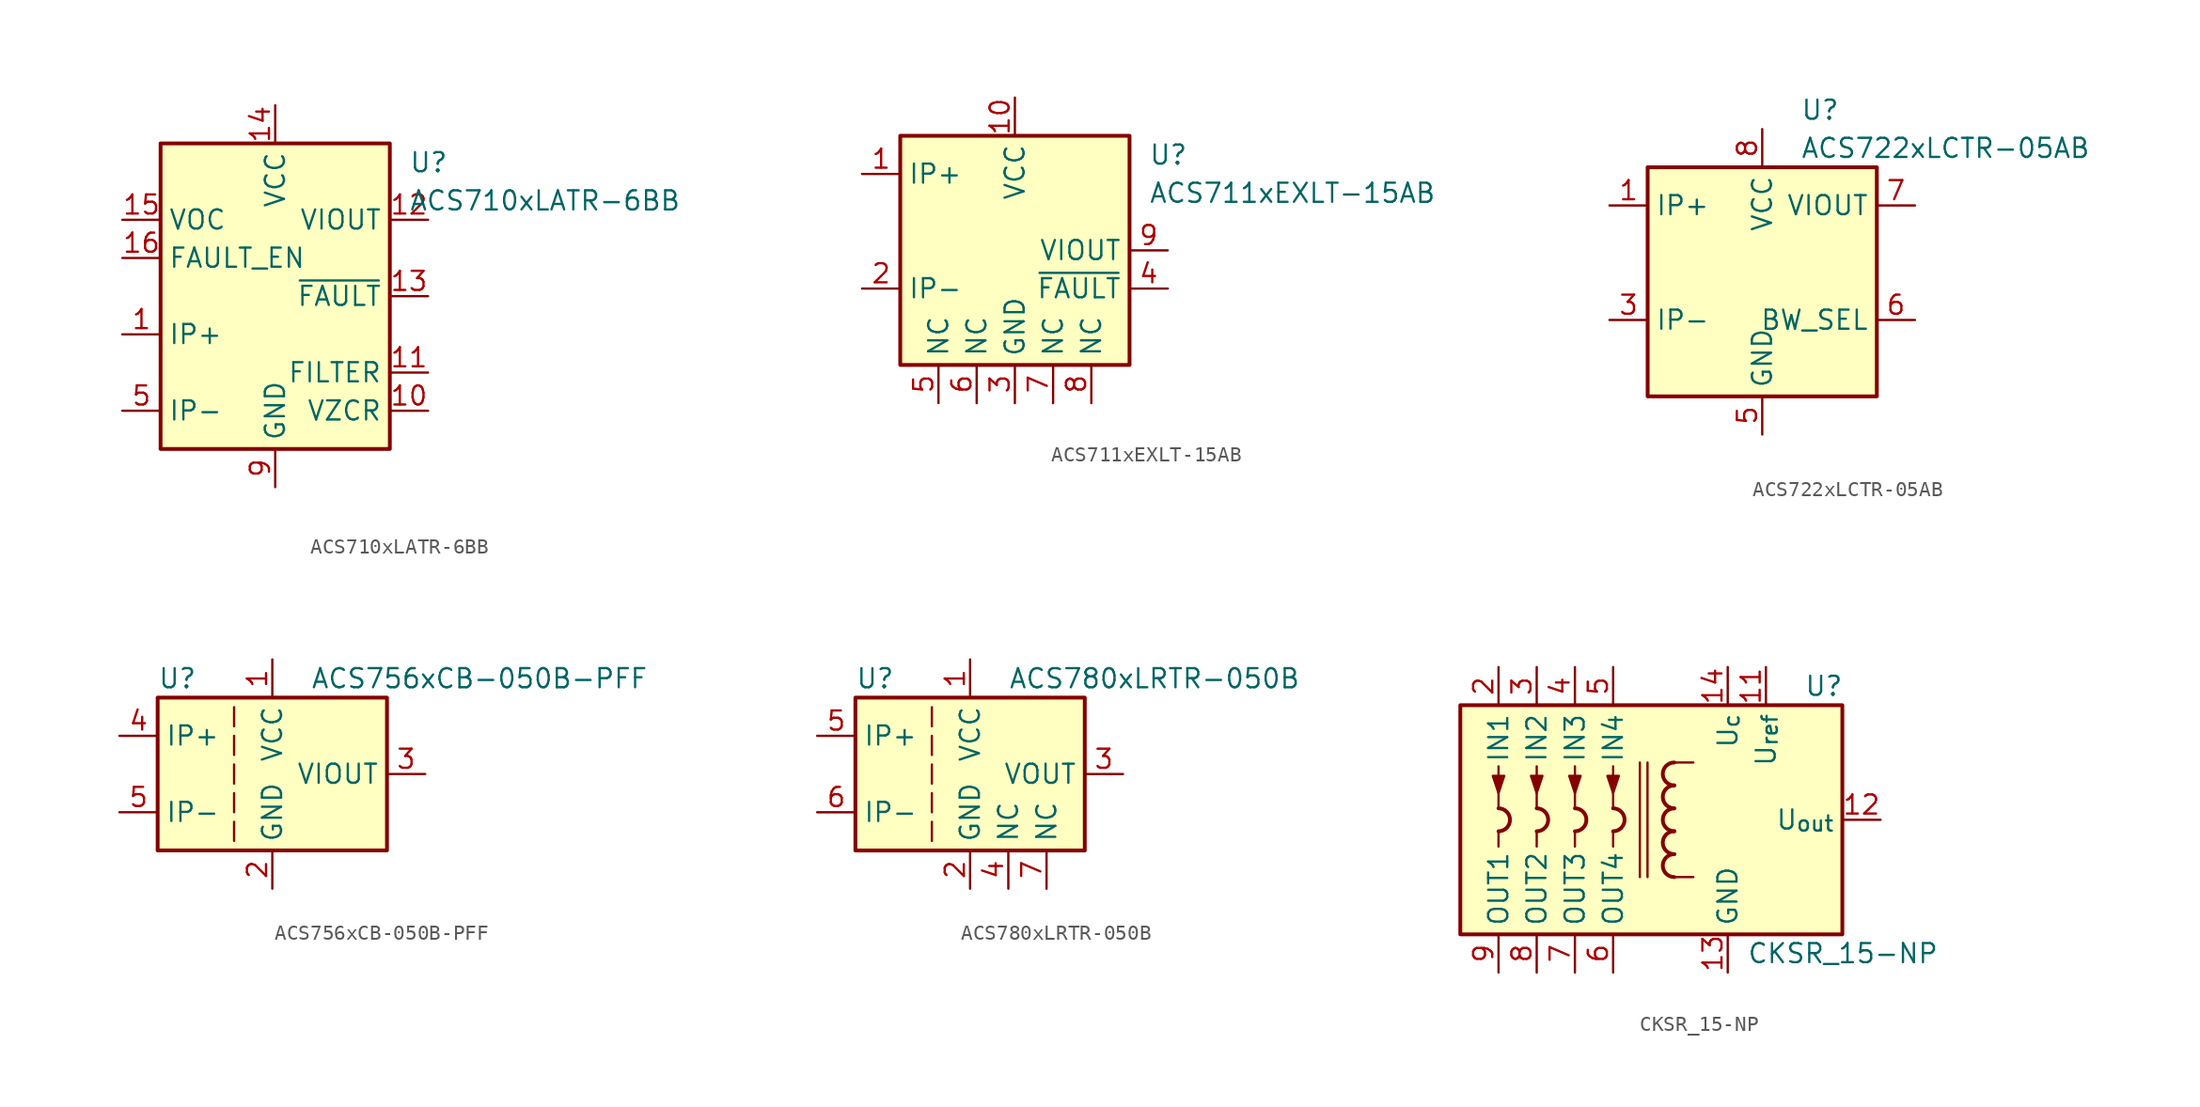
<source format=kicad_sym>
(kicad_symbol_lib
  (version 20241209)
  (generator "kicad_symbol_editor")
  (generator_version "9.0")
  (symbol "ACS710xLATR-6BB"
    (property "Reference" "U"
      (at 8.89 8.89 0)
      (effects (font (size 1.27 1.27)) (justify left)))
    (property "Value" "ACS710xLATR-6BB"
      (at 8.89 6.35 0)
      (effects (font (size 1.27 1.27)) (justify left)))
    (symbol "ACS710xLATR-6BB_0_1"
      (rectangle (start -7.62 10.16) (end 7.62 -10.16) (stroke (width 0.254) (type default)) (fill (type background))))
    (symbol "ACS710xLATR-6BB_1_1"
      (pin input line (at -10.16 5.08 0) (length 2.54) (name "VOC" (effects (font (size 1.27 1.27)))) (number "15" (effects (font (size 1.27 1.27)))))
      (pin input line (at -10.16 2.54 0) (length 2.54) (name "FAULT_EN" (effects (font (size 1.27 1.27)))) (number "16" (effects (font (size 1.27 1.27)))))
      (pin passive line (at -10.16 -2.54 0) (length 2.54) (name "IP+" (effects (font (size 1.27 1.27)))) (number "1" (effects (font (size 1.27 1.27)))))
      (pin passive line (at -10.16 -2.54 0) (length 2.54) (hide yes) (name "IP+" (effects (font (size 1.27 1.27)))) (number "2" (effects (font (size 1.27 1.27)))))
      (pin passive line (at -10.16 -2.54 0) (length 2.54) (hide yes) (name "IP+" (effects (font (size 1.27 1.27)))) (number "3" (effects (font (size 1.27 1.27)))))
      (pin passive line (at -10.16 -2.54 0) (length 2.54) (hide yes) (name "IP+" (effects (font (size 1.27 1.27)))) (number "4" (effects (font (size 1.27 1.27)))))
      (pin passive line (at -10.16 -7.62 0) (length 2.54) (name "IP-" (effects (font (size 1.27 1.27)))) (number "5" (effects (font (size 1.27 1.27)))))
      (pin passive line (at -10.16 -7.62 0) (length 2.54) (hide yes) (name "IP-" (effects (font (size 1.27 1.27)))) (number "6" (effects (font (size 1.27 1.27)))))
      (pin passive line (at -10.16 -7.62 0) (length 2.54) (hide yes) (name "IP-" (effects (font (size 1.27 1.27)))) (number "7" (effects (font (size 1.27 1.27)))))
      (pin passive line (at -10.16 -7.62 0) (length 2.54) (hide yes) (name "IP-" (effects (font (size 1.27 1.27)))) (number "8" (effects (font (size 1.27 1.27)))))
      (pin power_in line (at 0 12.7 270) (length 2.54) (name "VCC" (effects (font (size 1.27 1.27)))) (number "14" (effects (font (size 1.27 1.27)))))
      (pin power_in line (at 0 -12.7 90) (length 2.54) (name "GND" (effects (font (size 1.27 1.27)))) (number "9" (effects (font (size 1.27 1.27)))))
      (pin output line (at 10.16 5.08 180) (length 2.54) (name "VIOUT" (effects (font (size 1.27 1.27)))) (number "12" (effects (font (size 1.27 1.27)))))
      (pin output line (at 10.16 0 180) (length 2.54) (name "~{FAULT}" (effects (font (size 1.27 1.27)))) (number "13" (effects (font (size 1.27 1.27)))))
      (pin passive line (at 10.16 -5.08 180) (length 2.54) (name "FILTER" (effects (font (size 1.27 1.27)))) (number "11" (effects (font (size 1.27 1.27)))))
      (pin passive line (at 10.16 -7.62 180) (length 2.54) (name "VZCR" (effects (font (size 1.27 1.27)))) (number "10" (effects (font (size 1.27 1.27)))))))
  (symbol "ACS711xEXLT-15AB"
    (property "Reference" "U"
      (at 8.89 6.35 0)
      (effects (font (size 1.27 1.27)) (justify left)))
    (property "Value" "ACS711xEXLT-15AB"
      (at 8.89 3.81 0)
      (effects (font (size 1.27 1.27)) (justify left)))
    (symbol "ACS711xEXLT-15AB_0_1"
      (rectangle (start -7.62 7.62) (end 7.62 -7.62) (stroke (width 0.254) (type default)) (fill (type background))))
    (symbol "ACS711xEXLT-15AB_1_1"
      (pin passive line (at -10.16 5.08 0) (length 2.54) (name "IP+" (effects (font (size 1.27 1.27)))) (number "1" (effects (font (size 1.27 1.27)))))
      (pin passive line (at -10.16 -2.54 0) (length 2.54) (name "IP-" (effects (font (size 1.27 1.27)))) (number "2" (effects (font (size 1.27 1.27)))))
      (pin passive line (at -5.08 -10.16 90) (length 2.54) (name "NC" (effects (font (size 1.27 1.27)))) (number "5" (effects (font (size 1.27 1.27)))))
      (pin passive line (at -2.54 -10.16 90) (length 2.54) (name "NC" (effects (font (size 1.27 1.27)))) (number "6" (effects (font (size 1.27 1.27)))))
      (pin power_in line (at 0 10.16 270) (length 2.54) (name "VCC" (effects (font (size 1.27 1.27)))) (number "10" (effects (font (size 1.27 1.27)))))
      (pin power_in line (at 0 -10.16 90) (length 2.54) (name "GND" (effects (font (size 1.27 1.27)))) (number "3" (effects (font (size 1.27 1.27)))))
      (pin passive line (at 2.54 -10.16 90) (length 2.54) (name "NC" (effects (font (size 1.27 1.27)))) (number "7" (effects (font (size 1.27 1.27)))))
      (pin passive line (at 5.08 -10.16 90) (length 2.54) (name "NC" (effects (font (size 1.27 1.27)))) (number "8" (effects (font (size 1.27 1.27)))))
      (pin output line (at 10.16 0 180) (length 2.54) (name "VIOUT" (effects (font (size 1.27 1.27)))) (number "9" (effects (font (size 1.27 1.27)))))
      (pin output line (at 10.16 -2.54 180) (length 2.54) (name "~{FAULT}" (effects (font (size 1.27 1.27)))) (number "4" (effects (font (size 1.27 1.27)))))))
  (symbol "ACS722xLCTR-05AB"
    (property "Reference" "U"
      (at 2.54 11.43 0)
      (effects (font (size 1.27 1.27)) (justify left)))
    (property "Value" "ACS722xLCTR-05AB"
      (at 2.54 8.89 0)
      (effects (font (size 1.27 1.27)) (justify left)))
    (symbol "ACS722xLCTR-05AB_0_1"
      (rectangle (start -7.62 7.62) (end 7.62 -7.62) (stroke (width 0.254) (type default)) (fill (type background))))
    (symbol "ACS722xLCTR-05AB_1_1"
      (pin passive line (at -10.16 5.08 0) (length 2.54) (name "IP+" (effects (font (size 1.27 1.27)))) (number "1" (effects (font (size 1.27 1.27)))))
      (pin passive line (at -10.16 5.08 0) (length 2.54) (hide yes) (name "IP+" (effects (font (size 1.27 1.27)))) (number "2" (effects (font (size 1.27 1.27)))))
      (pin passive line (at -10.16 -2.54 0) (length 2.54) (name "IP-" (effects (font (size 1.27 1.27)))) (number "3" (effects (font (size 1.27 1.27)))))
      (pin passive line (at -10.16 -2.54 0) (length 2.54) (hide yes) (name "IP-" (effects (font (size 1.27 1.27)))) (number "4" (effects (font (size 1.27 1.27)))))
      (pin power_in line (at 0 10.16 270) (length 2.54) (name "VCC" (effects (font (size 1.27 1.27)))) (number "8" (effects (font (size 1.27 1.27)))))
      (pin power_in line (at 0 -10.16 90) (length 2.54) (name "GND" (effects (font (size 1.27 1.27)))) (number "5" (effects (font (size 1.27 1.27)))))
      (pin output line (at 10.16 5.08 180) (length 2.54) (name "VIOUT" (effects (font (size 1.27 1.27)))) (number "7" (effects (font (size 1.27 1.27)))))
      (pin input line (at 10.16 -2.54 180) (length 2.54) (name "BW_SEL" (effects (font (size 1.27 1.27)))) (number "6" (effects (font (size 1.27 1.27)))))))
  (symbol "ACS756xCB-050B-PFF"
    (property "Reference" "U"
      (at -7.62 6.35 0)
      (effects (font (size 1.27 1.27)) (justify left)))
    (property "Value" "ACS756xCB-050B-PFF"
      (at 2.54 6.35 0)
      (effects (font (size 1.27 1.27)) (justify left)))
    (symbol "ACS756xCB-050B-PFF_0_1"
      (rectangle (start -7.62 5.08) (end 7.62 -5.08) (stroke (width 0.254) (type default)) (fill (type background)))
      (polyline (pts (xy -2.54 3.175) (xy -2.54 4.445)) (stroke (width 0) (type default)) (fill (type none)))
      (polyline (pts (xy -2.54 1.27) (xy -2.54 2.54)) (stroke (width 0) (type default)) (fill (type none)))
      (polyline (pts (xy -2.54 0.635) (xy -2.54 -0.635)) (stroke (width 0) (type default)) (fill (type none)))
      (polyline (pts (xy -2.54 -1.27) (xy -2.54 -2.54)) (stroke (width 0) (type default)) (fill (type none)))
      (polyline (pts (xy -2.54 -3.175) (xy -2.54 -4.445)) (stroke (width 0) (type default)) (fill (type none))))
    (symbol "ACS756xCB-050B-PFF_1_1"
      (pin passive line (at -10.16 2.54 0) (length 2.54) (name "IP+" (effects (font (size 1.27 1.27)))) (number "4" (effects (font (size 1.27 1.27)))))
      (pin passive line (at -10.16 -2.54 0) (length 2.54) (name "IP-" (effects (font (size 1.27 1.27)))) (number "5" (effects (font (size 1.27 1.27)))))
      (pin power_in line (at 0 7.62 270) (length 2.54) (name "VCC" (effects (font (size 1.27 1.27)))) (number "1" (effects (font (size 1.27 1.27)))))
      (pin power_in line (at 0 -7.62 90) (length 2.54) (name "GND" (effects (font (size 1.27 1.27)))) (number "2" (effects (font (size 1.27 1.27)))))
      (pin output line (at 10.16 0 180) (length 2.54) (name "VIOUT" (effects (font (size 1.27 1.27)))) (number "3" (effects (font (size 1.27 1.27)))))))
  (symbol "ACS780xLRTR-050B"
    (property "Reference" "U"
      (at -7.62 6.35 0)
      (effects (font (size 1.27 1.27)) (justify left)))
    (property "Value" "ACS780xLRTR-050B"
      (at 2.54 6.35 0)
      (effects (font (size 1.27 1.27)) (justify left)))
    (symbol "ACS780xLRTR-050B_0_1"
      (rectangle (start -7.62 5.08) (end 7.62 -5.08) (stroke (width 0.254) (type default)) (fill (type background)))
      (polyline (pts (xy -2.54 3.175) (xy -2.54 4.445)) (stroke (width 0) (type default)) (fill (type none)))
      (polyline (pts (xy -2.54 1.27) (xy -2.54 2.54)) (stroke (width 0) (type default)) (fill (type none)))
      (polyline (pts (xy -2.54 0.635) (xy -2.54 -0.635)) (stroke (width 0) (type default)) (fill (type none)))
      (polyline (pts (xy -2.54 -1.27) (xy -2.54 -2.54)) (stroke (width 0) (type default)) (fill (type none)))
      (polyline (pts (xy -2.54 -3.175) (xy -2.54 -4.445)) (stroke (width 0) (type default)) (fill (type none))))
    (symbol "ACS780xLRTR-050B_1_1"
      (pin passive line (at -10.16 2.54 0) (length 2.54) (name "IP+" (effects (font (size 1.27 1.27)))) (number "5" (effects (font (size 1.27 1.27)))))
      (pin passive line (at -10.16 -2.54 0) (length 2.54) (name "IP-" (effects (font (size 1.27 1.27)))) (number "6" (effects (font (size 1.27 1.27)))))
      (pin power_in line (at 0 7.62 270) (length 2.54) (name "VCC" (effects (font (size 1.27 1.27)))) (number "1" (effects (font (size 1.27 1.27)))))
      (pin power_in line (at 0 -7.62 90) (length 2.54) (name "GND" (effects (font (size 1.27 1.27)))) (number "2" (effects (font (size 1.27 1.27)))))
      (pin passive line (at 2.54 -7.62 90) (length 2.54) (name "NC" (effects (font (size 1.27 1.27)))) (number "4" (effects (font (size 1.27 1.27)))))
      (pin passive line (at 5.08 -7.62 90) (length 2.54) (name "NC" (effects (font (size 1.27 1.27)))) (number "7" (effects (font (size 1.27 1.27)))))
      (pin output line (at 10.16 0 180) (length 2.54) (name "VOUT" (effects (font (size 1.27 1.27)))) (number "3" (effects (font (size 1.27 1.27)))))))
  (symbol "CKSR_15-NP"
    (property "Reference" "U"
      (at 10.16 8.89 0)
      (effects (font (size 1.27 1.27)) (justify left)))
    (property "Value" "CKSR_15-NP"
      (at 6.35 -8.89 0)
      (effects (font (size 1.27 1.27)) (justify left)))
    (symbol "CKSR_15-NP_0_1"
      (rectangle (start -12.7 7.62) (end 12.7 -7.62) (stroke (width 0.254) (type default)) (fill (type background)))
      (polyline (pts (xy -10.16 1.778) (xy -9.779 2.921) (xy -10.541 2.921) (xy -10.16 1.778)) (stroke (width 0) (type default)) (fill (type outline)))
      (polyline (pts (xy -10.16 0.762) (xy -10.16 3.556)) (stroke (width 0) (type default)) (fill (type none)))
      (arc (start -10.16 0.762) (mid -9.398 0) (end -10.16 -0.762) (stroke (width 0.254) (type default)) (fill (type none)))
      (polyline (pts (xy -10.16 -0.762) (xy -10.16 -1.778)) (stroke (width 0) (type default)) (fill (type none)))
      (polyline (pts (xy -7.62 1.778) (xy -7.239 2.921) (xy -8.001 2.921) (xy -7.62 1.778)) (stroke (width 0) (type default)) (fill (type outline)))
      (polyline (pts (xy -7.62 0.762) (xy -7.62 3.556)) (stroke (width 0) (type default)) (fill (type none)))
      (arc (start -7.62 0.762) (mid -6.858 0) (end -7.62 -0.762) (stroke (width 0.254) (type default)) (fill (type none)))
      (polyline (pts (xy -7.62 -0.762) (xy -7.62 -1.778)) (stroke (width 0) (type default)) (fill (type none)))
      (polyline (pts (xy -5.08 1.778) (xy -4.699 2.921) (xy -5.461 2.921) (xy -5.08 1.778)) (stroke (width 0) (type default)) (fill (type outline)))
      (polyline (pts (xy -5.08 0.762) (xy -5.08 3.556)) (stroke (width 0) (type default)) (fill (type none)))
      (arc (start -5.08 0.762) (mid -4.318 0) (end -5.08 -0.762) (stroke (width 0.254) (type default)) (fill (type none)))
      (polyline (pts (xy -5.08 -0.762) (xy -5.08 -1.778)) (stroke (width 0) (type default)) (fill (type none)))
      (polyline (pts (xy -2.54 1.778) (xy -2.159 2.921) (xy -2.921 2.921) (xy -2.54 1.778)) (stroke (width 0) (type default)) (fill (type outline)))
      (polyline (pts (xy -2.54 0.762) (xy -2.54 3.556)) (stroke (width 0) (type default)) (fill (type none)))
      (arc (start -2.54 0.762) (mid -1.778 0) (end -2.54 -0.762) (stroke (width 0.254) (type default)) (fill (type none)))
      (polyline (pts (xy -2.54 -0.762) (xy -2.54 -1.778)) (stroke (width 0) (type default)) (fill (type none)))
      (polyline (pts (xy 1.524 3.81) (xy 2.794 3.81)) (stroke (width 0) (type default)) (fill (type none)))
      (arc (start 1.524 2.286) (mid 0.762 3.048) (end 1.524 3.81) (stroke (width 0.254) (type default)) (fill (type none)))
      (arc (start 1.524 0.762) (mid 0.762 1.524) (end 1.524 2.286) (stroke (width 0.254) (type default)) (fill (type none)))
      (arc (start 1.524 -0.762) (mid 0.762 0) (end 1.524 0.762) (stroke (width 0.254) (type default)) (fill (type none)))
      (arc (start 1.524 -2.286) (mid 0.762 -1.524) (end 1.524 -0.762) (stroke (width 0.254) (type default)) (fill (type none)))
      (arc (start 1.524 -3.81) (mid 0.762 -3.048) (end 1.524 -2.286) (stroke (width 0.254) (type default)) (fill (type none)))
      (polyline (pts (xy 1.524 -3.81) (xy 2.794 -3.81)) (stroke (width 0) (type default)) (fill (type none))))
    (symbol "CKSR_15-NP_1_1"
      (polyline (pts (xy -0.762 3.81) (xy -0.762 -3.81)) (stroke (width 0) (type default)) (fill (type none)))
      (polyline (pts (xy -0.254 -3.81) (xy -0.254 3.81)) (stroke (width 0) (type default)) (fill (type none)))
      (pin passive line (at -10.16 10.16 270) (length 2.54) (name "IN1" (effects (font (size 1.27 1.27)))) (number "2" (effects (font (size 1.27 1.27)))))
      (pin passive line (at -10.16 -10.16 90) (length 2.54) (name "OUT1" (effects (font (size 1.27 1.27)))) (number "9" (effects (font (size 1.27 1.27)))))
      (pin passive line (at -7.62 10.16 270) (length 2.54) (name "IN2" (effects (font (size 1.27 1.27)))) (number "3" (effects (font (size 1.27 1.27)))))
      (pin passive line (at -7.62 -10.16 90) (length 2.54) (name "OUT2" (effects (font (size 1.27 1.27)))) (number "8" (effects (font (size 1.27 1.27)))))
      (pin passive line (at -5.08 10.16 270) (length 2.54) (name "IN3" (effects (font (size 1.27 1.27)))) (number "4" (effects (font (size 1.27 1.27)))))
      (pin passive line (at -5.08 -10.16 90) (length 2.54) (name "OUT3" (effects (font (size 1.27 1.27)))) (number "7" (effects (font (size 1.27 1.27)))))
      (pin passive line (at -2.54 10.16 270) (length 2.54) (name "IN4" (effects (font (size 1.27 1.27)))) (number "5" (effects (font (size 1.27 1.27)))))
      (pin passive line (at -2.54 -10.16 90) (length 2.54) (name "OUT4" (effects (font (size 1.27 1.27)))) (number "6" (effects (font (size 1.27 1.27)))))
      (pin power_in line (at 5.08 10.16 270) (length 2.54) (name "U_{c}" (effects (font (size 1.27 1.27)))) (number "14" (effects (font (size 1.27 1.27)))))
      (pin power_in line (at 5.08 -10.16 90) (length 2.54) (name "GND" (effects (font (size 1.27 1.27)))) (number "13" (effects (font (size 1.27 1.27)))))
      (pin bidirectional line (at 7.62 10.16 270) (length 2.54) (name "U_{ref}" (effects (font (size 1.27 1.27)))) (number "11" (effects (font (size 1.27 1.27)))))
      (pin output line (at 15.24 0 180) (length 2.54) (name "U_{out}" (effects (font (size 1.27 1.27)))) (number "12" (effects (font (size 1.27 1.27))))))))
</source>
